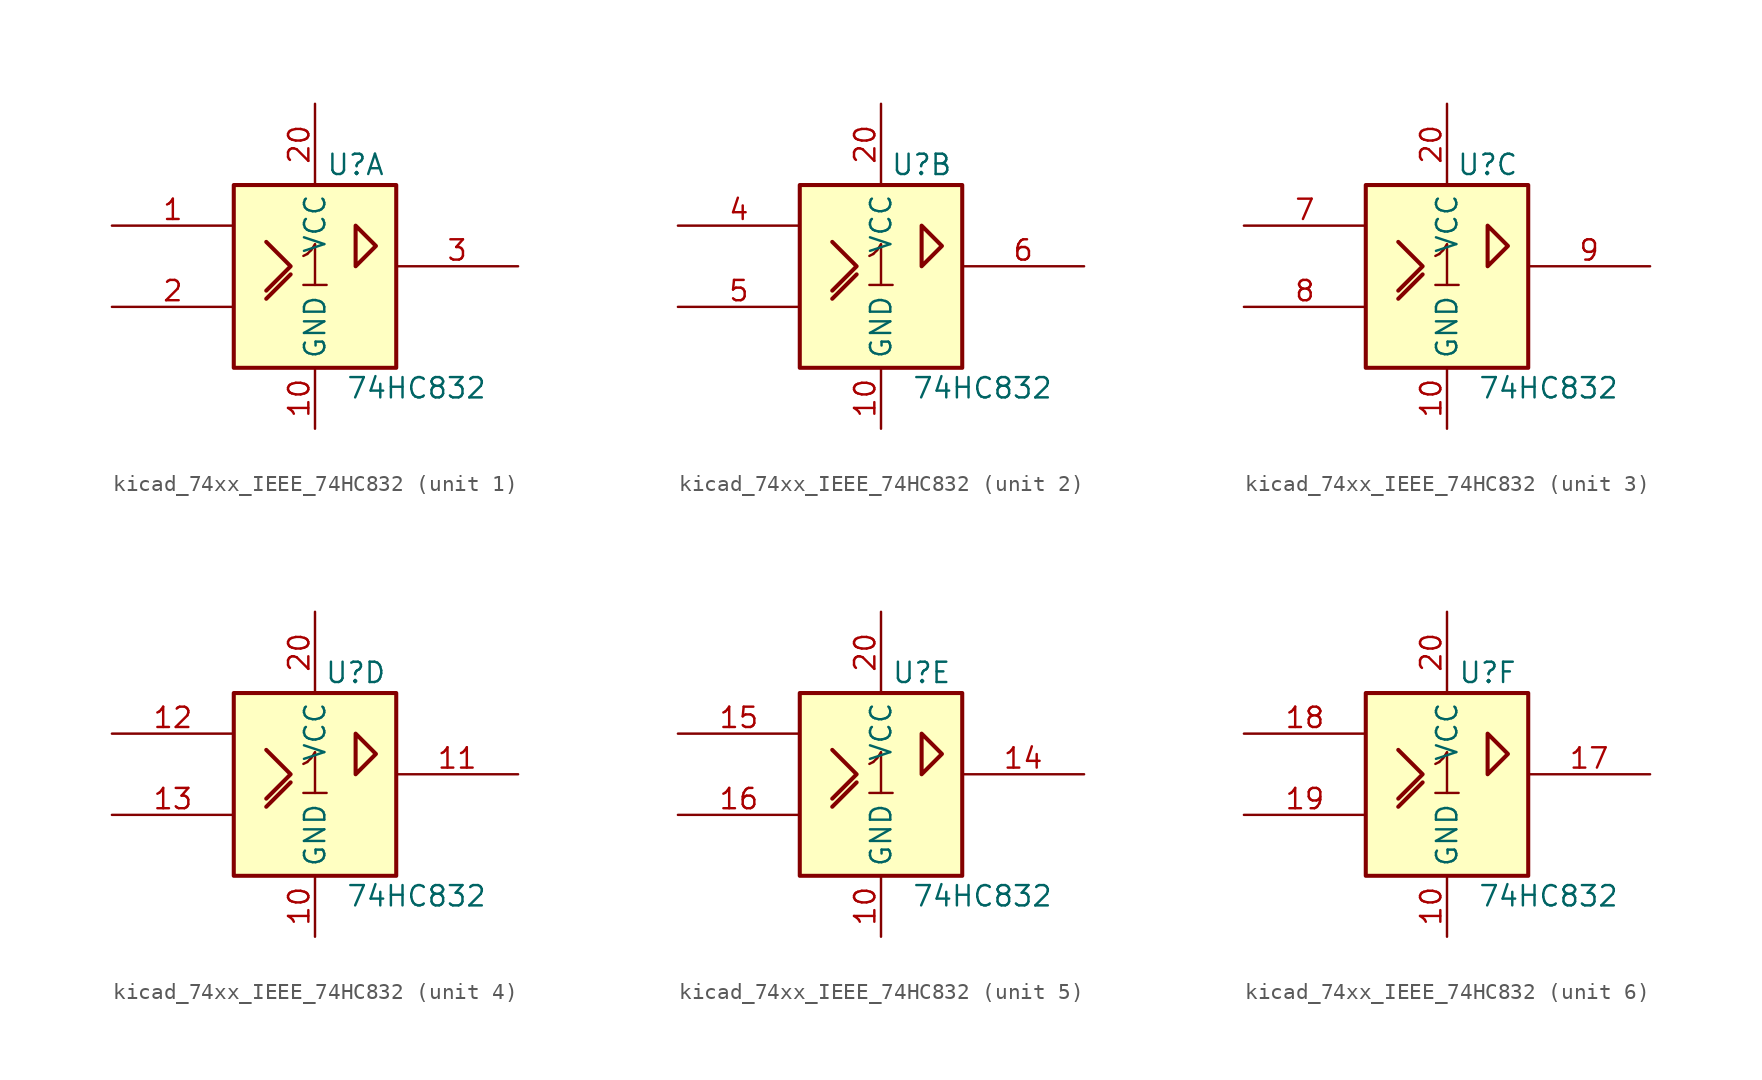
<source format=kicad_sym>
(kicad_symbol_lib
  (version 20220914)
  (generator kicad_symbol_editor)
  (symbol "kicad_74xx_IEEE_74HC832"
    (property "Reference" "U"
      (at 2.54 6.35 0)
      (effects (font (size 1.27 1.27))))
    (property "Value" "74HC832"
      (at 6.35 -7.62 0)
      (effects (font (size 1.27 1.27))))
    (symbol "kicad_74xx_IEEE_74HC832_0_1"
      (rectangle (start -5.08 5.08) (end 5.08 -6.35) (stroke (width 0.254) (type default)) (fill (type background)))
      (polyline (pts (xy -3.048 -2.032) (xy -1.524 -0.508) (xy -1.524 -0.508)) (stroke (width 0.254) (type default)) (fill (type background)))
      (polyline (pts (xy -3.048 1.524) (xy -1.524 0) (xy -3.048 -1.524) (xy -3.048 -1.524)) (stroke (width 0.254) (type default)) (fill (type background)))
      (polyline (pts (xy 2.54 0) (xy 2.54 2.54) (xy 3.81 1.27) (xy 2.54 0) (xy 2.54 0)) (stroke (width 0.254) (type default)) (fill (type background)))
      (text "1" (at 0 0 0) (effects (font (size 2.54 2.54))))
      (pin power_in line (at 0 -10.16 90) (length 3.81) (name "GND" (effects (font (size 1.27 1.27)))) (number "10" (effects (font (size 1.27 1.27)))))
      (pin power_in line (at 0 10.16 270) (length 5.08) (name "VCC" (effects (font (size 1.27 1.27)))) (number "20" (effects (font (size 1.27 1.27))))))
    (symbol "kicad_74xx_IEEE_74HC832_1_1"
      (pin input line (at -12.7 2.54 0) (length 7.62) (name "~" (effects (font (size 1.27 1.27)))) (number "1" (effects (font (size 1.27 1.27)))))
      (pin input line (at -12.7 -2.54 0) (length 7.62) (name "~" (effects (font (size 1.27 1.27)))) (number "2" (effects (font (size 1.27 1.27)))))
      (pin output line (at 12.7 0 180) (length 7.62) (name "~" (effects (font (size 1.27 1.27)))) (number "3" (effects (font (size 1.27 1.27))))))
    (symbol "kicad_74xx_IEEE_74HC832_2_1"
      (pin input line (at -12.7 2.54 0) (length 7.62) (name "~" (effects (font (size 1.27 1.27)))) (number "4" (effects (font (size 1.27 1.27)))))
      (pin input line (at -12.7 -2.54 0) (length 7.62) (name "~" (effects (font (size 1.27 1.27)))) (number "5" (effects (font (size 1.27 1.27)))))
      (pin output line (at 12.7 0 180) (length 7.62) (name "~" (effects (font (size 1.27 1.27)))) (number "6" (effects (font (size 1.27 1.27))))))
    (symbol "kicad_74xx_IEEE_74HC832_3_1"
      (pin input line (at -12.7 2.54 0) (length 7.62) (name "~" (effects (font (size 1.27 1.27)))) (number "7" (effects (font (size 1.27 1.27)))))
      (pin input line (at -12.7 -2.54 0) (length 7.62) (name "~" (effects (font (size 1.27 1.27)))) (number "8" (effects (font (size 1.27 1.27)))))
      (pin output line (at 12.7 0 180) (length 7.62) (name "~" (effects (font (size 1.27 1.27)))) (number "9" (effects (font (size 1.27 1.27))))))
    (symbol "kicad_74xx_IEEE_74HC832_4_1"
      (pin output line (at 12.7 0 180) (length 7.62) (name "~" (effects (font (size 1.27 1.27)))) (number "11" (effects (font (size 1.27 1.27)))))
      (pin input line (at -12.7 2.54 0) (length 7.62) (name "~" (effects (font (size 1.27 1.27)))) (number "12" (effects (font (size 1.27 1.27)))))
      (pin input line (at -12.7 -2.54 0) (length 7.62) (name "~" (effects (font (size 1.27 1.27)))) (number "13" (effects (font (size 1.27 1.27))))))
    (symbol "kicad_74xx_IEEE_74HC832_5_1"
      (pin output line (at 12.7 0 180) (length 7.62) (name "~" (effects (font (size 1.27 1.27)))) (number "14" (effects (font (size 1.27 1.27)))))
      (pin input line (at -12.7 2.54 0) (length 7.62) (name "~" (effects (font (size 1.27 1.27)))) (number "15" (effects (font (size 1.27 1.27)))))
      (pin input line (at -12.7 -2.54 0) (length 7.62) (name "~" (effects (font (size 1.27 1.27)))) (number "16" (effects (font (size 1.27 1.27))))))
    (symbol "kicad_74xx_IEEE_74HC832_6_1"
      (pin output line (at 12.7 0 180) (length 7.62) (name "~" (effects (font (size 1.27 1.27)))) (number "17" (effects (font (size 1.27 1.27)))))
      (pin input line (at -12.7 2.54 0) (length 7.62) (name "~" (effects (font (size 1.27 1.27)))) (number "18" (effects (font (size 1.27 1.27)))))
      (pin input line (at -12.7 -2.54 0) (length 7.62) (name "~" (effects (font (size 1.27 1.27)))) (number "19" (effects (font (size 1.27 1.27))))))))
</source>
